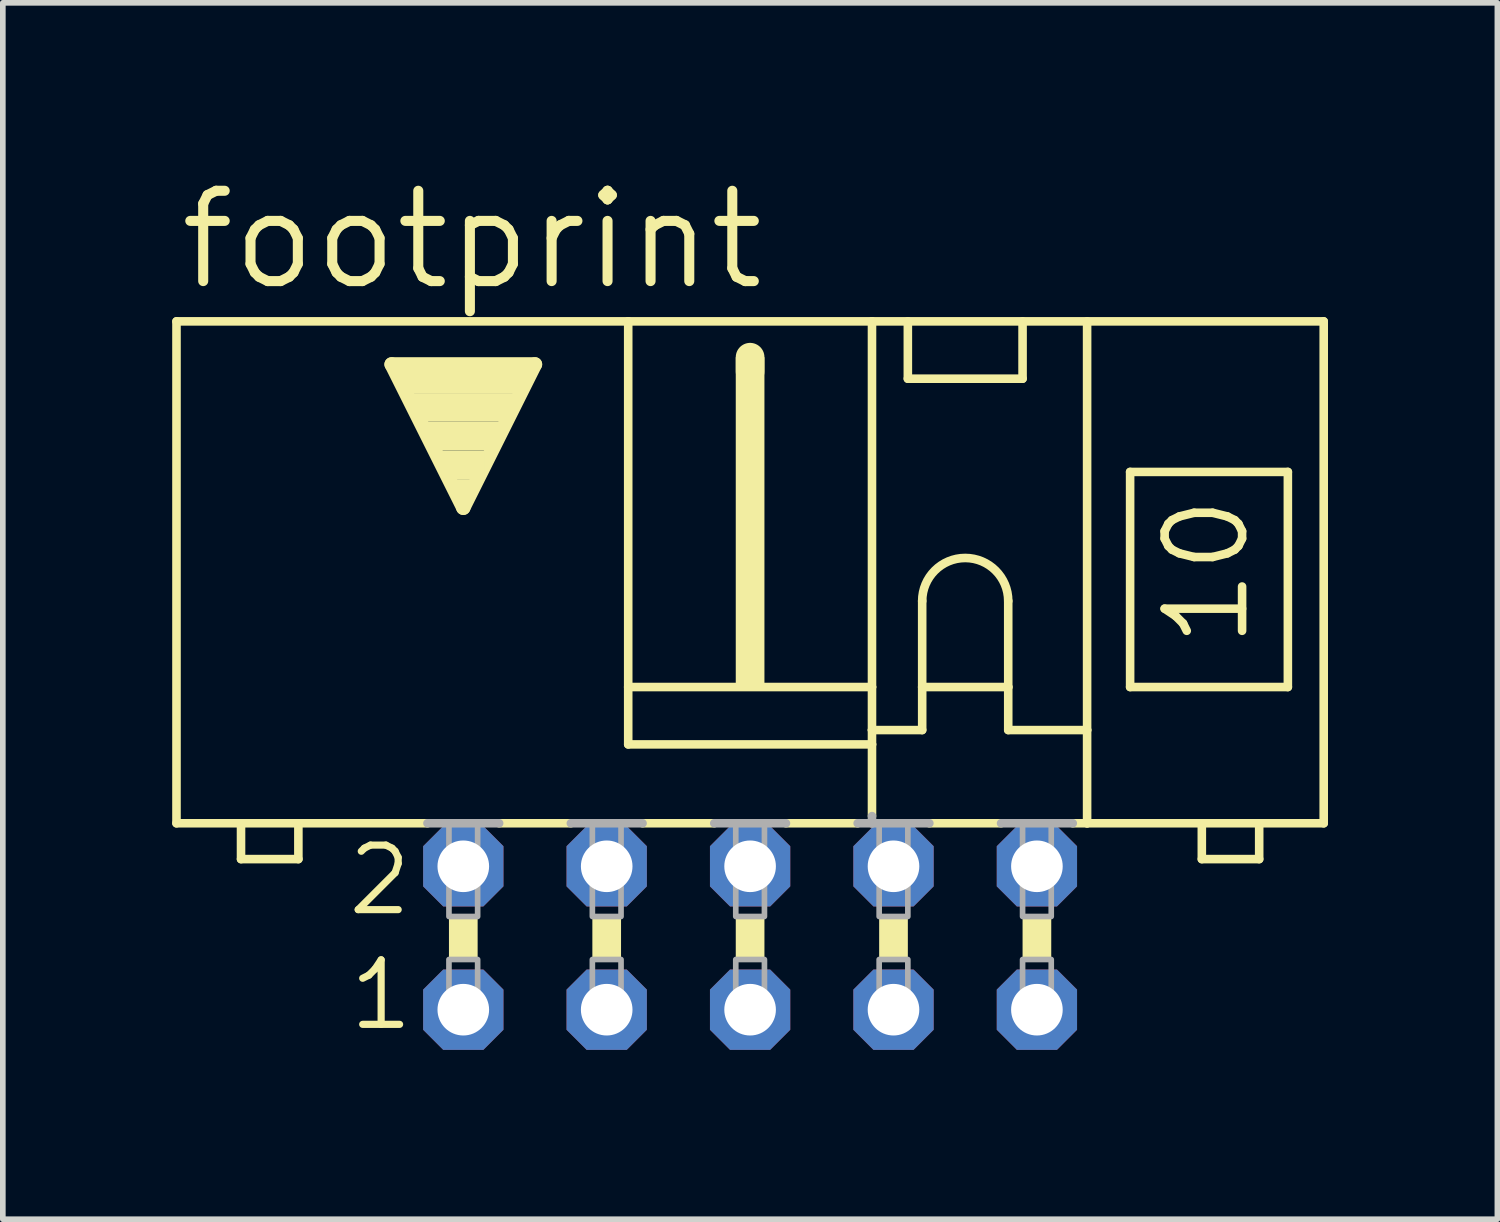
<source format=kicad_pcb>
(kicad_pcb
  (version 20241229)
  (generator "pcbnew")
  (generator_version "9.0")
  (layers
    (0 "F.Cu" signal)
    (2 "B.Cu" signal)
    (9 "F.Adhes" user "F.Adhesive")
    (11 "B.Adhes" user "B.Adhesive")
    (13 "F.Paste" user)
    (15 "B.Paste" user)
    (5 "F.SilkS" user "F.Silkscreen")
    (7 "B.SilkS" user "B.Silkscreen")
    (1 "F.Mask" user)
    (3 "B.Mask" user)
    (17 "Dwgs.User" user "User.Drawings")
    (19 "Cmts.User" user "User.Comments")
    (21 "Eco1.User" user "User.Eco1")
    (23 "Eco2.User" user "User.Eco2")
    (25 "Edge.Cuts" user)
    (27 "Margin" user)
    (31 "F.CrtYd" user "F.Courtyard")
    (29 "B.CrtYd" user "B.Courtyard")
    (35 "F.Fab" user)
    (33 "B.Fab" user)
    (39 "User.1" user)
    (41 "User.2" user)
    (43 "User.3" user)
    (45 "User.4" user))
  (footprint "footprint"
    (layer "F.Cu")
    (at 10.236 13.564)
    (property "Reference" "footprint" (at -10.185 -11.43 0) (layer "F.SilkS") (effects (font (size 1.6 1.6) (thickness 0.178)) (justify left bottom)))
    (fp_line (start -10.16 -2.032) (end -10.16 -10.922) (stroke (width 0.152) (type solid)) (layer "F.SilkS"))
    (fp_line (start -10.16 -2.032) (end -9.017 -2.032) (stroke (width 0.152) (type solid)) (layer "F.SilkS"))
    (fp_line (start -9.017 -2.032) (end -9.017 -1.397) (stroke (width 0.152) (type solid)) (layer "F.SilkS"))
    (fp_line (start -9.017 -2.032) (end -8.001 -2.032) (stroke (width 0.152) (type solid)) (layer "F.SilkS"))
    (fp_line (start -8.001 -2.032) (end -5.715 -2.032) (stroke (width 0.152) (type solid)) (layer "F.SilkS"))
    (fp_line (start -8.001 -1.397) (end -9.017 -1.397) (stroke (width 0.152) (type solid)) (layer "F.SilkS"))
    (fp_line (start -8.001 -1.397) (end -8.001 -2.032) (stroke (width 0.152) (type solid)) (layer "F.SilkS"))
    (fp_line (start -6.35 -10.16) (end -3.81 -10.16) (stroke (width 0.254) (type solid)) (layer "F.SilkS"))
    (fp_line (start -5.08 -7.62) (end -6.35 -10.16) (stroke (width 0.254) (type solid)) (layer "F.SilkS"))
    (fp_line (start -4.445 -2.032) (end -3.175 -2.032) (stroke (width 0.152) (type solid)) (layer "F.SilkS"))
    (fp_line (start -3.81 -10.16) (end -5.08 -7.62) (stroke (width 0.254) (type solid)) (layer "F.SilkS"))
    (fp_line (start -2.159 -10.922) (end -10.16 -10.922) (stroke (width 0.152) (type solid)) (layer "F.SilkS"))
    (fp_line (start -2.159 -10.922) (end -2.159 -4.445) (stroke (width 0.152) (type solid)) (layer "F.SilkS"))
    (fp_line (start -2.159 -10.922) (end 2.159 -10.922) (stroke (width 0.152) (type solid)) (layer "F.SilkS"))
    (fp_line (start -2.159 -4.445) (end -2.159 -3.429) (stroke (width 0.152) (type solid)) (layer "F.SilkS"))
    (fp_line (start -1.905 -2.032) (end -0.635 -2.032) (stroke (width 0.152) (type solid)) (layer "F.SilkS"))
    (fp_line (start 0 -10.033) (end 0 -10.287) (stroke (width 0.508) (type solid)) (layer "F.SilkS"))
    (fp_line (start 0.635 -2.032) (end 1.905 -2.032) (stroke (width 0.152) (type solid)) (layer "F.SilkS"))
    (fp_line (start 2.159 -10.922) (end 2.159 -4.445) (stroke (width 0.152) (type solid)) (layer "F.SilkS"))
    (fp_line (start 2.159 -10.922) (end 10.16 -10.922) (stroke (width 0.152) (type solid)) (layer "F.SilkS"))
    (fp_line (start 2.159 -4.445) (end -2.159 -4.445) (stroke (width 0.152) (type solid)) (layer "F.SilkS"))
    (fp_line (start 2.159 -4.445) (end 2.159 -3.683) (stroke (width 0.152) (type solid)) (layer "F.SilkS"))
    (fp_line (start 2.159 -3.683) (end 2.159 -3.429) (stroke (width 0.152) (type solid)) (layer "F.SilkS"))
    (fp_line (start 2.159 -3.683) (end 3.048 -3.683) (stroke (width 0.152) (type solid)) (layer "F.SilkS"))
    (fp_line (start 2.159 -3.429) (end -2.159 -3.429) (stroke (width 0.152) (type solid)) (layer "F.SilkS"))
    (fp_line (start 2.159 -3.429) (end 2.159 -2.159) (stroke (width 0.152) (type solid)) (layer "F.SilkS"))
    (fp_line (start 2.794 -9.906) (end 2.794 -10.922) (stroke (width 0.152) (type solid)) (layer "F.SilkS"))
    (fp_line (start 2.794 -9.906) (end 4.826 -9.906) (stroke (width 0.152) (type solid)) (layer "F.SilkS"))
    (fp_line (start 3.048 -5.969) (end 3.048 -4.445) (stroke (width 0.152) (type solid)) (layer "F.SilkS"))
    (fp_line (start 3.048 -4.445) (end 3.048 -3.683) (stroke (width 0.152) (type solid)) (layer "F.SilkS"))
    (fp_line (start 3.048 -4.445) (end 4.572 -4.445) (stroke (width 0.152) (type solid)) (layer "F.SilkS"))
    (fp_line (start 3.175 -2.032) (end 4.445 -2.032) (stroke (width 0.152) (type solid)) (layer "F.SilkS"))
    (fp_line (start 4.572 -5.969) (end 4.572 -4.445) (stroke (width 0.152) (type solid)) (layer "F.SilkS"))
    (fp_line (start 4.572 -4.445) (end 4.572 -3.683) (stroke (width 0.152) (type solid)) (layer "F.SilkS"))
    (fp_line (start 4.572 -3.683) (end 5.969 -3.683) (stroke (width 0.152) (type solid)) (layer "F.SilkS"))
    (fp_line (start 4.826 -10.922) (end 4.826 -9.906) (stroke (width 0.152) (type solid)) (layer "F.SilkS"))
    (fp_line (start 5.969 -3.683) (end 5.969 -10.922) (stroke (width 0.152) (type solid)) (layer "F.SilkS"))
    (fp_line (start 5.969 -3.683) (end 5.969 -2.032) (stroke (width 0.152) (type solid)) (layer "F.SilkS"))
    (fp_line (start 5.969 -2.032) (end 5.715 -2.032) (stroke (width 0.152) (type solid)) (layer "F.SilkS"))
    (fp_line (start 6.731 -8.255) (end 6.731 -4.445) (stroke (width 0.152) (type solid)) (layer "F.SilkS"))
    (fp_line (start 6.731 -8.255) (end 9.525 -8.255) (stroke (width 0.152) (type solid)) (layer "F.SilkS"))
    (fp_line (start 6.731 -4.445) (end 9.525 -4.445) (stroke (width 0.152) (type solid)) (layer "F.SilkS"))
    (fp_line (start 8.001 -2.032) (end 5.969 -2.032) (stroke (width 0.152) (type solid)) (layer "F.SilkS"))
    (fp_line (start 8.001 -2.032) (end 8.001 -1.397) (stroke (width 0.152) (type solid)) (layer "F.SilkS"))
    (fp_line (start 9.017 -2.032) (end 8.001 -2.032) (stroke (width 0.152) (type solid)) (layer "F.SilkS"))
    (fp_line (start 9.017 -1.397) (end 8.001 -1.397) (stroke (width 0.152) (type solid)) (layer "F.SilkS"))
    (fp_line (start 9.017 -1.397) (end 9.017 -2.032) (stroke (width 0.152) (type solid)) (layer "F.SilkS"))
    (fp_line (start 9.525 -4.445) (end 9.525 -8.255) (stroke (width 0.152) (type solid)) (layer "F.SilkS"))
    (fp_line (start 10.16 -10.922) (end 10.16 -2.032) (stroke (width 0.152) (type solid)) (layer "F.SilkS"))
    (fp_line (start 10.16 -2.032) (end 9.017 -2.032) (stroke (width 0.152) (type solid)) (layer "F.SilkS"))
    (fp_arc (start 3.048 -5.969) (mid 3.81 -6.731) (end 4.572 -5.969) (stroke (width 0.1524) (type solid)) (layer "F.SilkS"))
    (fp_poly (pts (xy -6.223 -9.652) (xy -3.937 -9.652) (xy -3.937 -10.16) (xy -6.223 -10.16)) (stroke (width 0) (type solid)) (fill yes) (layer "F.SilkS"))
    (fp_poly (pts (xy -5.969 -9.144) (xy -4.191 -9.144) (xy -4.191 -9.652) (xy -5.969 -9.652)) (stroke (width 0) (type solid)) (fill yes) (layer "F.SilkS"))
    (fp_poly (pts (xy -5.715 -8.636) (xy -4.445 -8.636) (xy -4.445 -9.144) (xy -5.715 -9.144)) (stroke (width 0) (type solid)) (fill yes) (layer "F.SilkS"))
    (fp_poly (pts (xy -5.461 -8.128) (xy -4.699 -8.128) (xy -4.699 -8.636) (xy -5.461 -8.636)) (stroke (width 0) (type solid)) (fill yes) (layer "F.SilkS"))
    (fp_poly (pts (xy -5.334 0.381) (xy -4.826 0.381) (xy -4.826 -0.381) (xy -5.334 -0.381)) (stroke (width 0) (type solid)) (fill yes) (layer "F.SilkS"))
    (fp_poly (pts (xy -5.207 -7.874) (xy -4.953 -7.874) (xy -4.953 -8.128) (xy -5.207 -8.128)) (stroke (width 0) (type solid)) (fill yes) (layer "F.SilkS"))
    (fp_poly (pts (xy -2.794 0.381) (xy -2.286 0.381) (xy -2.286 -0.381) (xy -2.794 -0.381)) (stroke (width 0) (type solid)) (fill yes) (layer "F.SilkS"))
    (fp_poly (pts (xy -0.254 -4.445) (xy 0.254 -4.445) (xy 0.254 -10.287) (xy -0.254 -10.287)) (stroke (width 0) (type solid)) (fill yes) (layer "F.SilkS"))
    (fp_poly (pts (xy -0.254 0.381) (xy 0.254 0.381) (xy 0.254 -0.381) (xy -0.254 -0.381)) (stroke (width 0) (type solid)) (fill yes) (layer "F.SilkS"))
    (fp_poly (pts (xy 2.286 0.381) (xy 2.794 0.381) (xy 2.794 -0.381) (xy 2.286 -0.381)) (stroke (width 0) (type solid)) (fill yes) (layer "F.SilkS"))
    (fp_poly (pts (xy 4.826 0.381) (xy 5.334 0.381) (xy 5.334 -0.381) (xy 4.826 -0.381)) (stroke (width 0) (type solid)) (fill yes) (layer "F.SilkS"))
    (fp_line (start -5.715 -2.032) (end -4.445 -2.032) (stroke (width 0.152) (type solid)) (layer "F.Fab"))
    (fp_line (start -3.175 -2.032) (end -1.905 -2.032) (stroke (width 0.152) (type solid)) (layer "F.Fab"))
    (fp_line (start -0.635 -2.032) (end 0.635 -2.032) (stroke (width 0.152) (type solid)) (layer "F.Fab"))
    (fp_line (start 1.905 -2.032) (end 2.159 -2.032) (stroke (width 0.152) (type solid)) (layer "F.Fab"))
    (fp_line (start 2.159 -2.159) (end 2.159 -2.032) (stroke (width 0.152) (type solid)) (layer "F.Fab"))
    (fp_line (start 2.159 -2.032) (end 3.175 -2.032) (stroke (width 0.152) (type solid)) (layer "F.Fab"))
    (fp_line (start 5.715 -2.032) (end 4.445 -2.032) (stroke (width 0.152) (type solid)) (layer "F.Fab"))
    (fp_poly (pts (xy -5.334 -0.381) (xy -4.826 -0.381) (xy -4.826 -2.032) (xy -5.334 -2.032)) (stroke (width 0.1) (type solid)) (fill no) (layer "F.Fab"))
    (fp_poly (pts (xy -5.334 1.524) (xy -4.826 1.524) (xy -4.826 0.381) (xy -5.334 0.381)) (stroke (width 0.1) (type solid)) (fill no) (layer "F.Fab"))
    (fp_poly (pts (xy -2.794 -0.381) (xy -2.286 -0.381) (xy -2.286 -2.032) (xy -2.794 -2.032)) (stroke (width 0.1) (type solid)) (fill no) (layer "F.Fab"))
    (fp_poly (pts (xy -2.794 1.524) (xy -2.286 1.524) (xy -2.286 0.381) (xy -2.794 0.381)) (stroke (width 0.1) (type solid)) (fill no) (layer "F.Fab"))
    (fp_poly (pts (xy -0.254 -0.381) (xy 0.254 -0.381) (xy 0.254 -2.032) (xy -0.254 -2.032)) (stroke (width 0.1) (type solid)) (fill no) (layer "F.Fab"))
    (fp_poly (pts (xy -0.254 1.524) (xy 0.254 1.524) (xy 0.254 0.381) (xy -0.254 0.381)) (stroke (width 0.1) (type solid)) (fill no) (layer "F.Fab"))
    (fp_poly (pts (xy 2.286 -0.381) (xy 2.794 -0.381) (xy 2.794 -2.032) (xy 2.286 -2.032)) (stroke (width 0.1) (type solid)) (fill no) (layer "F.Fab"))
    (fp_poly (pts (xy 2.286 1.524) (xy 2.794 1.524) (xy 2.794 0.381) (xy 2.286 0.381)) (stroke (width 0.1) (type solid)) (fill no) (layer "F.Fab"))
    (fp_poly (pts (xy 4.826 -0.381) (xy 5.334 -0.381) (xy 5.334 -2.032) (xy 4.826 -2.032)) (stroke (width 0.1) (type solid)) (fill no) (layer "F.Fab"))
    (fp_poly (pts (xy 4.826 1.524) (xy 5.334 1.524) (xy 5.334 0.381) (xy 4.826 0.381)) (stroke (width 0.1) (type solid)) (fill no) (layer "F.Fab"))
    (fp_text user "10" (at 8.89 -5.08 90) (layer "F.SilkS") (effects (font (size 1.372 1.372) (thickness 0.152)) (justify left bottom)))
    (fp_text user "2" (at -7.188 -0.356 0) (layer "F.SilkS") (effects (font (size 1.143 1.143) (thickness 0.127)) (justify left bottom)))
    (fp_text user "1" (at -7.163 1.676 0) (layer "F.SilkS") (effects (font (size 1.143 1.143) (thickness 0.127)) (justify left bottom)))
    (pad "1" thru_hole roundrect (at -5.08 1.27) (size 1.422 1.422) (drill 0.914) (layers "*.Cu" "*.Mask") (roundrect_rratio 0.25) (chamfer_ratio 0.25) (chamfer top_left top_right bottom_left bottom_right))
    (pad "2" thru_hole roundrect (at -5.08 -1.27) (size 1.422 1.422) (drill 0.914) (layers "*.Cu" "*.Mask") (roundrect_rratio 0.25) (chamfer_ratio 0.25) (chamfer top_left top_right bottom_left bottom_right))
    (pad "3" thru_hole roundrect (at -2.54 1.27) (size 1.422 1.422) (drill 0.914) (layers "*.Cu" "*.Mask") (roundrect_rratio 0.25) (chamfer_ratio 0.25) (chamfer top_left top_right bottom_left bottom_right))
    (pad "4" thru_hole roundrect (at -2.54 -1.27) (size 1.422 1.422) (drill 0.914) (layers "*.Cu" "*.Mask") (roundrect_rratio 0.25) (chamfer_ratio 0.25) (chamfer top_left top_right bottom_left bottom_right))
    (pad "5" thru_hole roundrect (at 0 1.27) (size 1.422 1.422) (drill 0.914) (layers "*.Cu" "*.Mask") (roundrect_rratio 0.25) (chamfer_ratio 0.25) (chamfer top_left top_right bottom_left bottom_right))
    (pad "6" thru_hole roundrect (at 0 -1.27) (size 1.422 1.422) (drill 0.914) (layers "*.Cu" "*.Mask") (roundrect_rratio 0.25) (chamfer_ratio 0.25) (chamfer top_left top_right bottom_left bottom_right))
    (pad "7" thru_hole roundrect (at 2.54 1.27) (size 1.422 1.422) (drill 0.914) (layers "*.Cu" "*.Mask") (roundrect_rratio 0.25) (chamfer_ratio 0.25) (chamfer top_left top_right bottom_left bottom_right))
    (pad "8" thru_hole roundrect (at 2.54 -1.27) (size 1.422 1.422) (drill 0.914) (layers "*.Cu" "*.Mask") (roundrect_rratio 0.25) (chamfer_ratio 0.25) (chamfer top_left top_right bottom_left bottom_right))
    (pad "9" thru_hole roundrect (at 5.08 1.27) (size 1.422 1.422) (drill 0.914) (layers "*.Cu" "*.Mask") (roundrect_rratio 0.25) (chamfer_ratio 0.25) (chamfer top_left top_right bottom_left bottom_right))
    (pad "10" thru_hole roundrect (at 5.08 -1.27) (size 1.422 1.422) (drill 0.914) (layers "*.Cu" "*.Mask") (roundrect_rratio 0.25) (chamfer_ratio 0.25) (chamfer top_left top_right bottom_left bottom_right)))
  (gr_rect
    (start -3 -3)
    (end 23.472 18.545)
    (stroke (width 0.1) (type default))
    (fill no)
    (layer "Edge.Cuts")))
</source>
